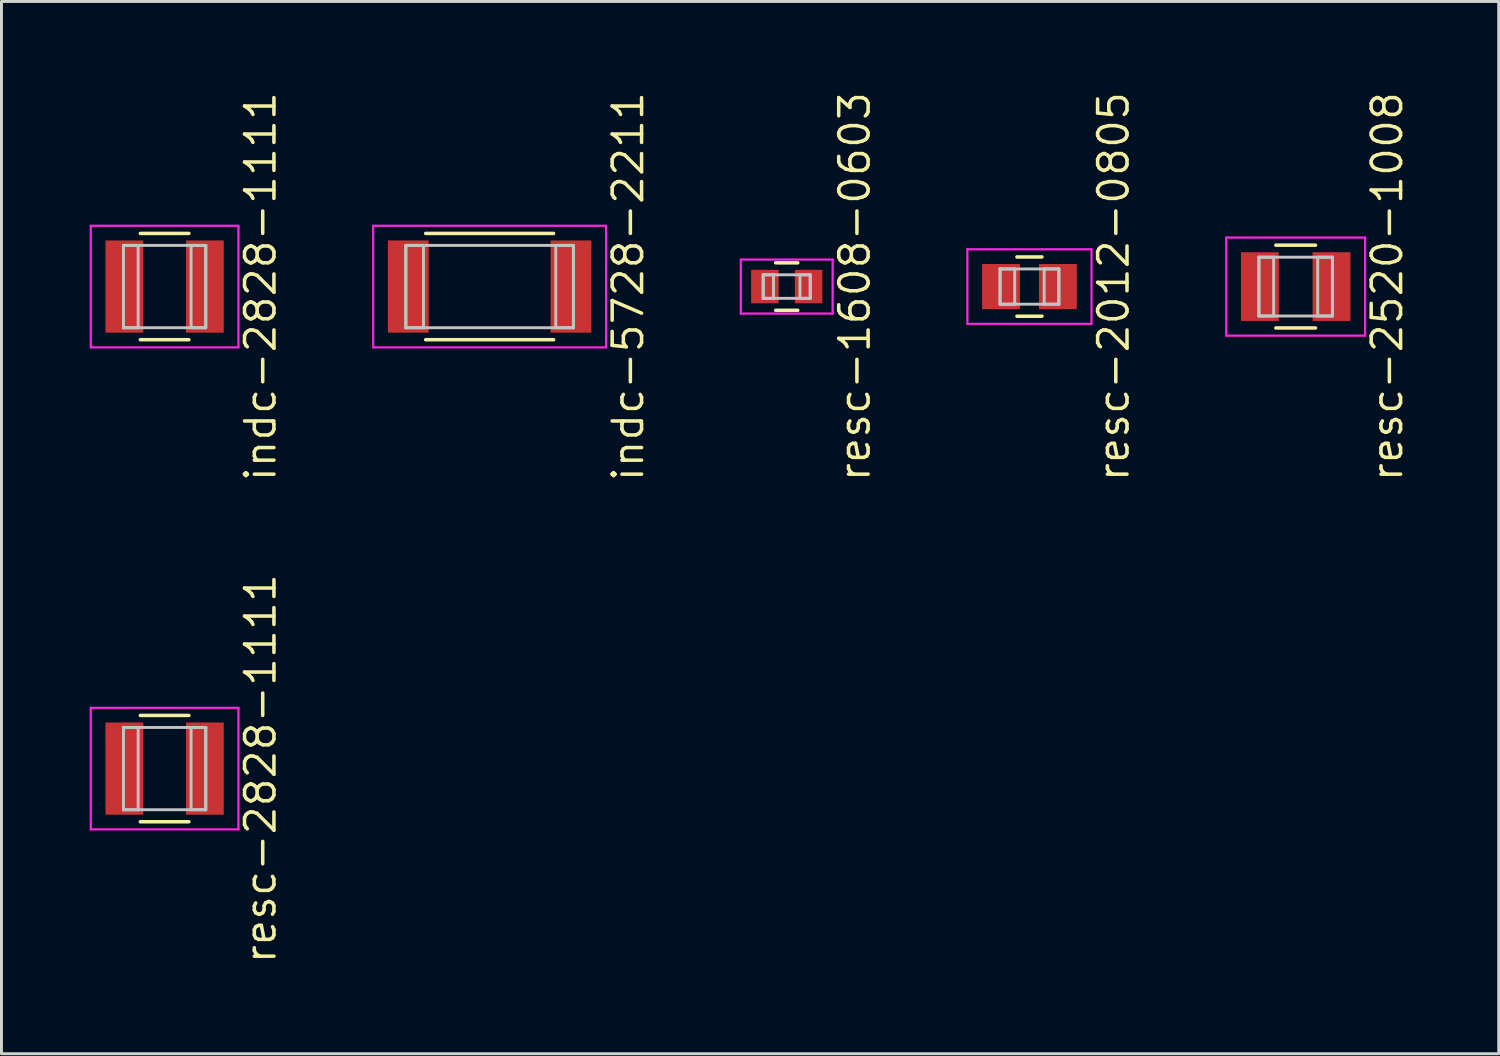
<source format=kicad_pcb>
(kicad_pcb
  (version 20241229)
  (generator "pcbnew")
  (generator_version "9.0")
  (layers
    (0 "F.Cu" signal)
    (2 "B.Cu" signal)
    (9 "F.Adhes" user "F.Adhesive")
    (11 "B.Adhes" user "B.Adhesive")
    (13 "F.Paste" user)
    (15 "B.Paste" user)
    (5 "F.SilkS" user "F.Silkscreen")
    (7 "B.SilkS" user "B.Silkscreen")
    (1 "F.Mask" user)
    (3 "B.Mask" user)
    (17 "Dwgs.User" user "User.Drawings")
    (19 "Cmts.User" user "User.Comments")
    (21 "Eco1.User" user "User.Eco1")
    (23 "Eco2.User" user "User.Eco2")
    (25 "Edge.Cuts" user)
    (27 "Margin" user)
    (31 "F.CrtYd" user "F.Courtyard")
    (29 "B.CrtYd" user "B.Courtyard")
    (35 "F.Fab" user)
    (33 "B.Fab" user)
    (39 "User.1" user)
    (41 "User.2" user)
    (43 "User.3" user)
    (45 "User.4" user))
  (footprint "resc-1608-0603"
    (layer "F.Cu")
    (at 23.714 6.699)
    (property "Reference" "resc-1608-0603" (at 2.312 0 90) (layer "F.SilkS") (effects (font (size 1 1) (thickness 0.12))))
    (attr through_hole)
    (fp_line (start -0.375 -0.808) (end 0.375 -0.808) (stroke (width 0.12) (type solid)) (layer "F.SilkS"))
    (fp_line (start -0.375 0.808) (end 0.375 0.808) (stroke (width 0.12) (type solid)) (layer "F.SilkS"))
    (fp_line (start -0.8 -0.4) (end -0.8 0.4) (stroke (width 0.1) (type solid)) (layer "Dwgs.User"))
    (fp_line (start -0.8 -0.4) (end -0.8 0.4) (stroke (width 0.1) (type solid)) (layer "Dwgs.User"))
    (fp_line (start -0.8 0.4) (end -0.45 0.4) (stroke (width 0.1) (type solid)) (layer "Dwgs.User"))
    (fp_line (start -0.8 0.4) (end 0.8 0.4) (stroke (width 0.1) (type solid)) (layer "Dwgs.User"))
    (fp_line (start -0.45 -0.4) (end -0.8 -0.4) (stroke (width 0.1) (type solid)) (layer "Dwgs.User"))
    (fp_line (start -0.45 0.4) (end -0.45 -0.4) (stroke (width 0.1) (type solid)) (layer "Dwgs.User"))
    (fp_line (start 0.45 -0.4) (end 0.45 0.4) (stroke (width 0.1) (type solid)) (layer "Dwgs.User"))
    (fp_line (start 0.45 0.4) (end 0.8 0.4) (stroke (width 0.1) (type solid)) (layer "Dwgs.User"))
    (fp_line (start 0.8 -0.4) (end -0.8 -0.4) (stroke (width 0.1) (type solid)) (layer "Dwgs.User"))
    (fp_line (start 0.8 -0.4) (end 0.45 -0.4) (stroke (width 0.1) (type solid)) (layer "Dwgs.User"))
    (fp_line (start 0.8 0.4) (end 0.8 -0.4) (stroke (width 0.1) (type solid)) (layer "Dwgs.User"))
    (fp_line (start 0.8 0.4) (end 0.8 -0.4) (stroke (width 0.1) (type solid)) (layer "Dwgs.User"))
    (fp_line (start -1.562 -0.918) (end -1.562 0.918) (stroke (width 0.075) (type solid)) (layer "F.CrtYd"))
    (fp_line (start -1.562 0.918) (end 1.562 0.918) (stroke (width 0.075) (type solid)) (layer "F.CrtYd"))
    (fp_line (start 1.562 -0.918) (end -1.562 -0.918) (stroke (width 0.075) (type solid)) (layer "F.CrtYd"))
    (fp_line (start 1.562 0.918) (end 1.562 -0.918) (stroke (width 0.075) (type solid)) (layer "F.CrtYd"))
    (pad "1" smd rect (at -0.743 0) (size 0.937 1.137) (layers "F.Cu" "F.Mask" "F.Paste"))
    (pad "2" smd rect (at 0.743 0) (size 0.937 1.137) (layers "F.Cu" "F.Mask" "F.Paste")))
  (footprint "resc-2828-1111"
    (layer "F.Cu")
    (at 2.55 23.097)
    (property "Reference" "resc-2828-1111" (at 3.262 0 90) (layer "F.SilkS") (effects (font (size 1 1) (thickness 0.12))))
    (attr through_hole)
    (fp_line (start -0.825 -1.808) (end 0.825 -1.808) (stroke (width 0.12) (type solid)) (layer "F.SilkS"))
    (fp_line (start -0.825 1.808) (end 0.825 1.808) (stroke (width 0.12) (type solid)) (layer "F.SilkS"))
    (fp_line (start -1.4 -1.4) (end -1.4 1.4) (stroke (width 0.1) (type solid)) (layer "Dwgs.User"))
    (fp_line (start -1.4 -1.4) (end -1.4 1.4) (stroke (width 0.1) (type solid)) (layer "Dwgs.User"))
    (fp_line (start -1.4 1.4) (end -0.9 1.4) (stroke (width 0.1) (type solid)) (layer "Dwgs.User"))
    (fp_line (start -1.4 1.4) (end 1.4 1.4) (stroke (width 0.1) (type solid)) (layer "Dwgs.User"))
    (fp_line (start -0.9 -1.4) (end -1.4 -1.4) (stroke (width 0.1) (type solid)) (layer "Dwgs.User"))
    (fp_line (start -0.9 1.4) (end -0.9 -1.4) (stroke (width 0.1) (type solid)) (layer "Dwgs.User"))
    (fp_line (start 0.9 -1.4) (end 0.9 1.4) (stroke (width 0.1) (type solid)) (layer "Dwgs.User"))
    (fp_line (start 0.9 1.4) (end 1.4 1.4) (stroke (width 0.1) (type solid)) (layer "Dwgs.User"))
    (fp_line (start 1.4 -1.4) (end -1.4 -1.4) (stroke (width 0.1) (type solid)) (layer "Dwgs.User"))
    (fp_line (start 1.4 -1.4) (end 0.9 -1.4) (stroke (width 0.1) (type solid)) (layer "Dwgs.User"))
    (fp_line (start 1.4 1.4) (end 1.4 -1.4) (stroke (width 0.1) (type solid)) (layer "Dwgs.User"))
    (fp_line (start 1.4 1.4) (end 1.4 -1.4) (stroke (width 0.1) (type solid)) (layer "Dwgs.User"))
    (fp_line (start -2.512 -2.068) (end -2.512 2.068) (stroke (width 0.075) (type solid)) (layer "F.CrtYd"))
    (fp_line (start -2.512 2.068) (end 2.512 2.068) (stroke (width 0.075) (type solid)) (layer "F.CrtYd"))
    (fp_line (start 2.512 -2.068) (end -2.512 -2.068) (stroke (width 0.075) (type solid)) (layer "F.CrtYd"))
    (fp_line (start 2.512 2.068) (end 2.512 -2.068) (stroke (width 0.075) (type solid)) (layer "F.CrtYd"))
    (pad "1" smd rect (at -1.368 0) (size 1.287 3.137) (layers "F.Cu" "F.Mask" "F.Paste"))
    (pad "2" smd rect (at 1.368 0) (size 1.287 3.137) (layers "F.Cu" "F.Mask" "F.Paste")))
  (footprint "indc-5728-2211"
    (layer "F.Cu")
    (at 13.607 6.699)
    (property "Reference" "indc-5728-2211" (at 4.712 0 90) (layer "F.SilkS") (effects (font (size 1 1) (thickness 0.12))))
    (attr through_hole)
    (fp_line (start -2.175 -1.808) (end 2.175 -1.808) (stroke (width 0.12) (type solid)) (layer "F.SilkS"))
    (fp_line (start -2.175 1.808) (end 2.175 1.808) (stroke (width 0.12) (type solid)) (layer "F.SilkS"))
    (fp_line (start -2.85 -1.4) (end -2.85 1.4) (stroke (width 0.1) (type solid)) (layer "Dwgs.User"))
    (fp_line (start -2.85 -1.4) (end -2.85 1.4) (stroke (width 0.1) (type solid)) (layer "Dwgs.User"))
    (fp_line (start -2.85 1.4) (end -2.25 1.4) (stroke (width 0.1) (type solid)) (layer "Dwgs.User"))
    (fp_line (start -2.85 1.4) (end 2.85 1.4) (stroke (width 0.1) (type solid)) (layer "Dwgs.User"))
    (fp_line (start -2.25 -1.4) (end -2.85 -1.4) (stroke (width 0.1) (type solid)) (layer "Dwgs.User"))
    (fp_line (start -2.25 1.4) (end -2.25 -1.4) (stroke (width 0.1) (type solid)) (layer "Dwgs.User"))
    (fp_line (start 2.25 -1.4) (end 2.25 1.4) (stroke (width 0.1) (type solid)) (layer "Dwgs.User"))
    (fp_line (start 2.25 1.4) (end 2.85 1.4) (stroke (width 0.1) (type solid)) (layer "Dwgs.User"))
    (fp_line (start 2.85 -1.4) (end -2.85 -1.4) (stroke (width 0.1) (type solid)) (layer "Dwgs.User"))
    (fp_line (start 2.85 -1.4) (end 2.25 -1.4) (stroke (width 0.1) (type solid)) (layer "Dwgs.User"))
    (fp_line (start 2.85 1.4) (end 2.85 -1.4) (stroke (width 0.1) (type solid)) (layer "Dwgs.User"))
    (fp_line (start 2.85 1.4) (end 2.85 -1.4) (stroke (width 0.1) (type solid)) (layer "Dwgs.User"))
    (fp_line (start -3.962 -2.068) (end -3.962 2.068) (stroke (width 0.075) (type solid)) (layer "F.CrtYd"))
    (fp_line (start -3.962 2.068) (end 3.962 2.068) (stroke (width 0.075) (type solid)) (layer "F.CrtYd"))
    (fp_line (start 3.962 -2.068) (end -3.962 -2.068) (stroke (width 0.075) (type solid)) (layer "F.CrtYd"))
    (fp_line (start 3.962 2.068) (end 3.962 -2.068) (stroke (width 0.075) (type solid)) (layer "F.CrtYd"))
    (pad "1" smd rect (at -2.768 0) (size 1.387 3.137) (layers "F.Cu" "F.Mask" "F.Paste"))
    (pad "2" smd rect (at 2.768 0) (size 1.387 3.137) (layers "F.Cu" "F.Mask" "F.Paste")))
  (footprint "resc-2520-1008"
    (layer "F.Cu")
    (at 41.028 6.699)
    (property "Reference" "resc-2520-1008" (at 3.112 0 90) (layer "F.SilkS") (effects (font (size 1 1) (thickness 0.12))))
    (attr through_hole)
    (fp_line (start -0.675 -1.408) (end 0.675 -1.408) (stroke (width 0.12) (type solid)) (layer "F.SilkS"))
    (fp_line (start -0.675 1.408) (end 0.675 1.408) (stroke (width 0.12) (type solid)) (layer "F.SilkS"))
    (fp_line (start -1.25 -1) (end -1.25 1) (stroke (width 0.1) (type solid)) (layer "Dwgs.User"))
    (fp_line (start -1.25 -1) (end -1.25 1) (stroke (width 0.1) (type solid)) (layer "Dwgs.User"))
    (fp_line (start -1.25 1) (end -0.75 1) (stroke (width 0.1) (type solid)) (layer "Dwgs.User"))
    (fp_line (start -1.25 1) (end 1.25 1) (stroke (width 0.1) (type solid)) (layer "Dwgs.User"))
    (fp_line (start -0.75 -1) (end -1.25 -1) (stroke (width 0.1) (type solid)) (layer "Dwgs.User"))
    (fp_line (start -0.75 1) (end -0.75 -1) (stroke (width 0.1) (type solid)) (layer "Dwgs.User"))
    (fp_line (start 0.75 -1) (end 0.75 1) (stroke (width 0.1) (type solid)) (layer "Dwgs.User"))
    (fp_line (start 0.75 1) (end 1.25 1) (stroke (width 0.1) (type solid)) (layer "Dwgs.User"))
    (fp_line (start 1.25 -1) (end -1.25 -1) (stroke (width 0.1) (type solid)) (layer "Dwgs.User"))
    (fp_line (start 1.25 -1) (end 0.75 -1) (stroke (width 0.1) (type solid)) (layer "Dwgs.User"))
    (fp_line (start 1.25 1) (end 1.25 -1) (stroke (width 0.1) (type solid)) (layer "Dwgs.User"))
    (fp_line (start 1.25 1) (end 1.25 -1) (stroke (width 0.1) (type solid)) (layer "Dwgs.User"))
    (fp_line (start -2.362 -1.668) (end -2.362 1.668) (stroke (width 0.075) (type solid)) (layer "F.CrtYd"))
    (fp_line (start -2.362 1.668) (end 2.362 1.668) (stroke (width 0.075) (type solid)) (layer "F.CrtYd"))
    (fp_line (start 2.362 -1.668) (end -2.362 -1.668) (stroke (width 0.075) (type solid)) (layer "F.CrtYd"))
    (fp_line (start 2.362 1.668) (end 2.362 -1.668) (stroke (width 0.075) (type solid)) (layer "F.CrtYd"))
    (pad "1" smd rect (at -1.218 0) (size 1.287 2.337) (layers "F.Cu" "F.Mask" "F.Paste"))
    (pad "2" smd rect (at 1.218 0) (size 1.287 2.337) (layers "F.Cu" "F.Mask" "F.Paste")))
  (footprint "resc-2012-0805"
    (layer "F.Cu")
    (at 31.971 6.699)
    (property "Reference" "resc-2012-0805" (at 2.862 0 90) (layer "F.SilkS") (effects (font (size 1 1) (thickness 0.12))))
    (attr through_hole)
    (fp_line (start -0.425 -1.008) (end 0.425 -1.008) (stroke (width 0.12) (type solid)) (layer "F.SilkS"))
    (fp_line (start -0.425 1.008) (end 0.425 1.008) (stroke (width 0.12) (type solid)) (layer "F.SilkS"))
    (fp_line (start -1 -0.6) (end -1 0.6) (stroke (width 0.1) (type solid)) (layer "Dwgs.User"))
    (fp_line (start -1 -0.6) (end -1 0.6) (stroke (width 0.1) (type solid)) (layer "Dwgs.User"))
    (fp_line (start -1 0.6) (end -0.5 0.6) (stroke (width 0.1) (type solid)) (layer "Dwgs.User"))
    (fp_line (start -1 0.6) (end 1 0.6) (stroke (width 0.1) (type solid)) (layer "Dwgs.User"))
    (fp_line (start -0.5 -0.6) (end -1 -0.6) (stroke (width 0.1) (type solid)) (layer "Dwgs.User"))
    (fp_line (start -0.5 0.6) (end -0.5 -0.6) (stroke (width 0.1) (type solid)) (layer "Dwgs.User"))
    (fp_line (start 0.5 -0.6) (end 0.5 0.6) (stroke (width 0.1) (type solid)) (layer "Dwgs.User"))
    (fp_line (start 0.5 0.6) (end 1 0.6) (stroke (width 0.1) (type solid)) (layer "Dwgs.User"))
    (fp_line (start 1 -0.6) (end -1 -0.6) (stroke (width 0.1) (type solid)) (layer "Dwgs.User"))
    (fp_line (start 1 -0.6) (end 0.5 -0.6) (stroke (width 0.1) (type solid)) (layer "Dwgs.User"))
    (fp_line (start 1 0.6) (end 1 -0.6) (stroke (width 0.1) (type solid)) (layer "Dwgs.User"))
    (fp_line (start 1 0.6) (end 1 -0.6) (stroke (width 0.1) (type solid)) (layer "Dwgs.User"))
    (fp_line (start -2.112 -1.268) (end -2.112 1.268) (stroke (width 0.075) (type solid)) (layer "F.CrtYd"))
    (fp_line (start -2.112 1.268) (end 2.112 1.268) (stroke (width 0.075) (type solid)) (layer "F.CrtYd"))
    (fp_line (start 2.112 -1.268) (end -2.112 -1.268) (stroke (width 0.075) (type solid)) (layer "F.CrtYd"))
    (fp_line (start 2.112 1.268) (end 2.112 -1.268) (stroke (width 0.075) (type solid)) (layer "F.CrtYd"))
    (pad "1" smd rect (at -0.968 0) (size 1.287 1.537) (layers "F.Cu" "F.Mask" "F.Paste"))
    (pad "2" smd rect (at 0.968 0) (size 1.287 1.537) (layers "F.Cu" "F.Mask" "F.Paste")))
  (footprint "indc-2828-1111"
    (layer "F.Cu")
    (at 2.55 6.699)
    (property "Reference" "indc-2828-1111" (at 3.262 0 90) (layer "F.SilkS") (effects (font (size 1 1) (thickness 0.12))))
    (attr through_hole)
    (fp_line (start -0.825 -1.808) (end 0.825 -1.808) (stroke (width 0.12) (type solid)) (layer "F.SilkS"))
    (fp_line (start -0.825 1.808) (end 0.825 1.808) (stroke (width 0.12) (type solid)) (layer "F.SilkS"))
    (fp_line (start -1.4 -1.4) (end -1.4 1.4) (stroke (width 0.1) (type solid)) (layer "Dwgs.User"))
    (fp_line (start -1.4 -1.4) (end -1.4 1.4) (stroke (width 0.1) (type solid)) (layer "Dwgs.User"))
    (fp_line (start -1.4 1.4) (end -0.9 1.4) (stroke (width 0.1) (type solid)) (layer "Dwgs.User"))
    (fp_line (start -1.4 1.4) (end 1.4 1.4) (stroke (width 0.1) (type solid)) (layer "Dwgs.User"))
    (fp_line (start -0.9 -1.4) (end -1.4 -1.4) (stroke (width 0.1) (type solid)) (layer "Dwgs.User"))
    (fp_line (start -0.9 1.4) (end -0.9 -1.4) (stroke (width 0.1) (type solid)) (layer "Dwgs.User"))
    (fp_line (start 0.9 -1.4) (end 0.9 1.4) (stroke (width 0.1) (type solid)) (layer "Dwgs.User"))
    (fp_line (start 0.9 1.4) (end 1.4 1.4) (stroke (width 0.1) (type solid)) (layer "Dwgs.User"))
    (fp_line (start 1.4 -1.4) (end -1.4 -1.4) (stroke (width 0.1) (type solid)) (layer "Dwgs.User"))
    (fp_line (start 1.4 -1.4) (end 0.9 -1.4) (stroke (width 0.1) (type solid)) (layer "Dwgs.User"))
    (fp_line (start 1.4 1.4) (end 1.4 -1.4) (stroke (width 0.1) (type solid)) (layer "Dwgs.User"))
    (fp_line (start 1.4 1.4) (end 1.4 -1.4) (stroke (width 0.1) (type solid)) (layer "Dwgs.User"))
    (fp_line (start -2.512 -2.068) (end -2.512 2.068) (stroke (width 0.075) (type solid)) (layer "F.CrtYd"))
    (fp_line (start -2.512 2.068) (end 2.512 2.068) (stroke (width 0.075) (type solid)) (layer "F.CrtYd"))
    (fp_line (start 2.512 -2.068) (end -2.512 -2.068) (stroke (width 0.075) (type solid)) (layer "F.CrtYd"))
    (fp_line (start 2.512 2.068) (end 2.512 -2.068) (stroke (width 0.075) (type solid)) (layer "F.CrtYd"))
    (pad "1" smd rect (at -1.368 0) (size 1.287 3.137) (layers "F.Cu" "F.Mask" "F.Paste"))
    (pad "2" smd rect (at 1.368 0) (size 1.287 3.137) (layers "F.Cu" "F.Mask" "F.Paste")))
  (gr_rect
    (start -3 -3)
    (end 47.935 32.796)
    (stroke (width 0.1) (type default))
    (fill no)
    (layer "Edge.Cuts")))
</source>
